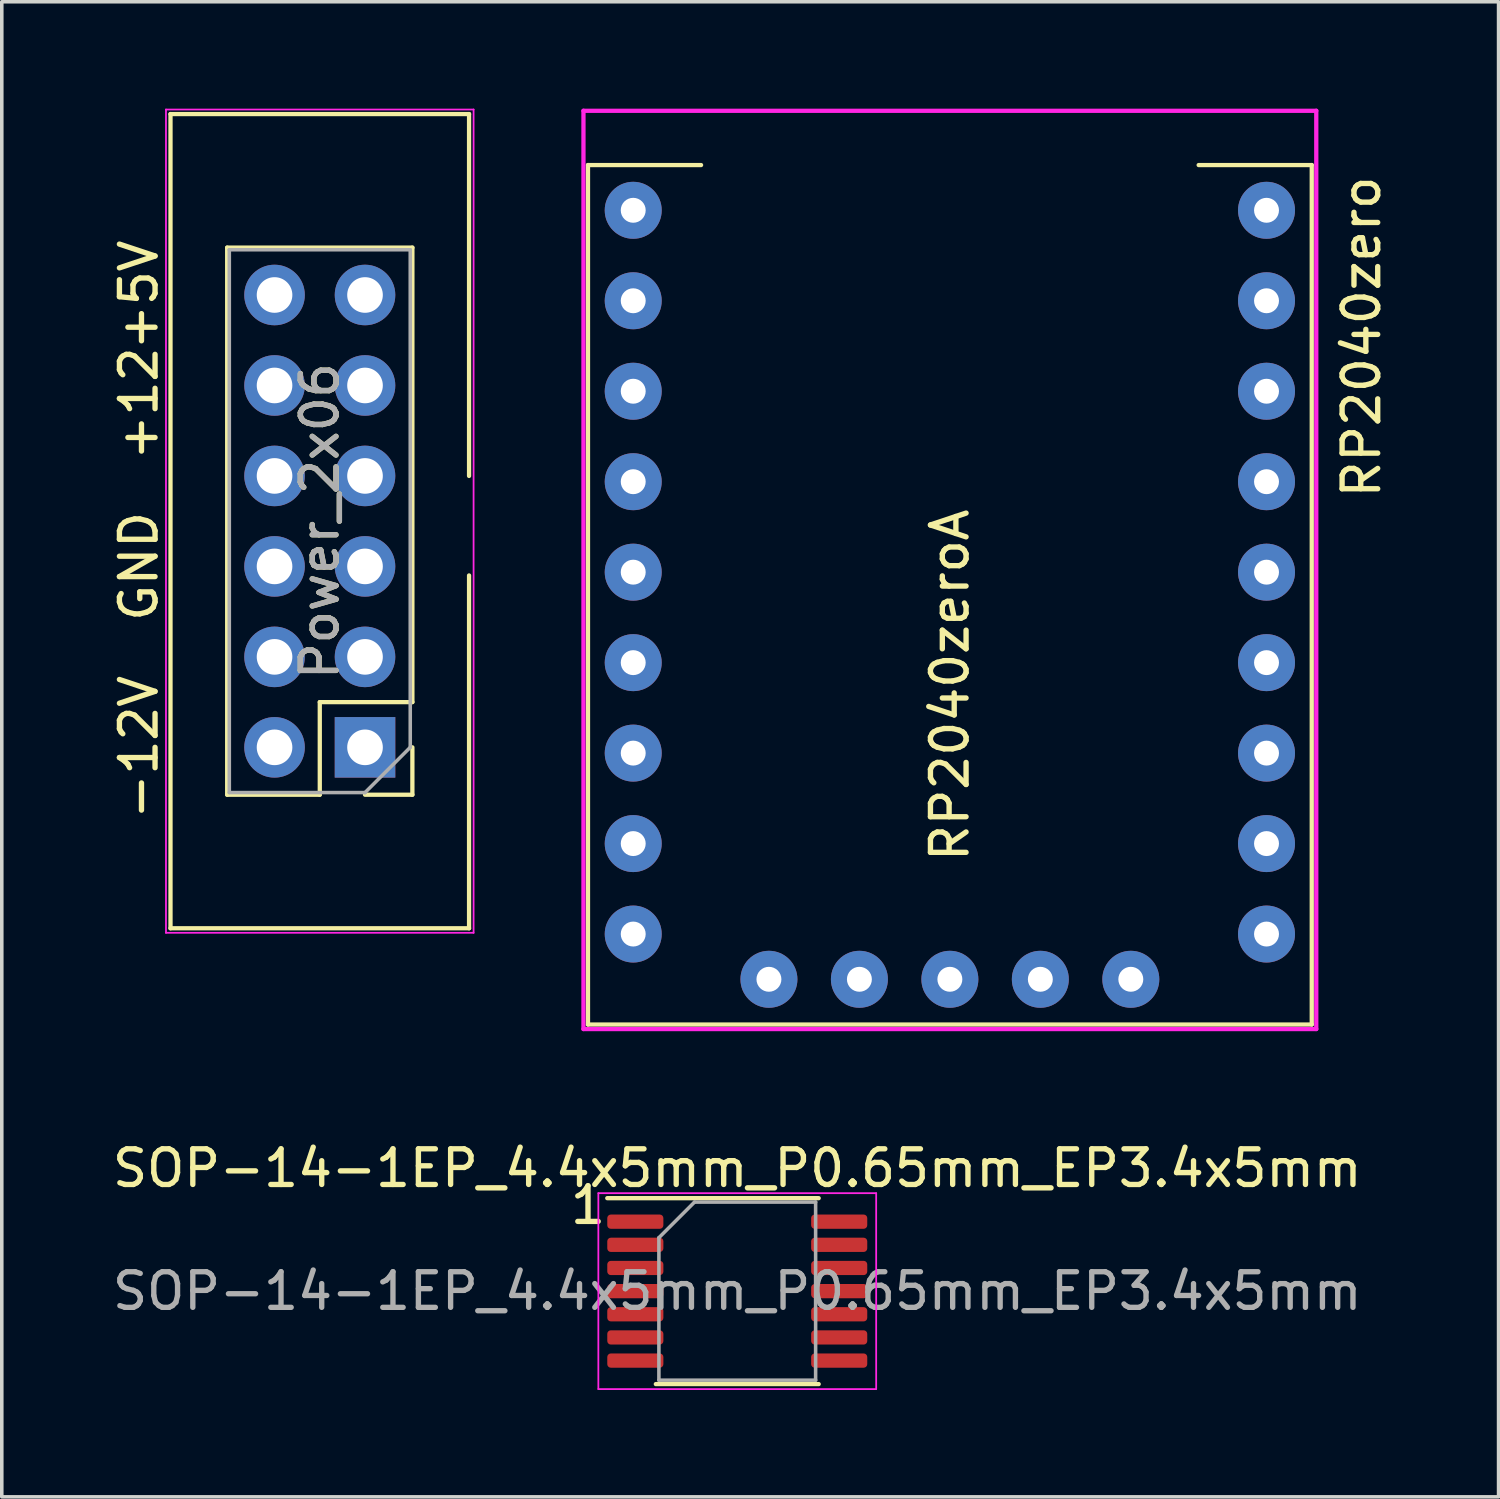
<source format=kicad_pcb>
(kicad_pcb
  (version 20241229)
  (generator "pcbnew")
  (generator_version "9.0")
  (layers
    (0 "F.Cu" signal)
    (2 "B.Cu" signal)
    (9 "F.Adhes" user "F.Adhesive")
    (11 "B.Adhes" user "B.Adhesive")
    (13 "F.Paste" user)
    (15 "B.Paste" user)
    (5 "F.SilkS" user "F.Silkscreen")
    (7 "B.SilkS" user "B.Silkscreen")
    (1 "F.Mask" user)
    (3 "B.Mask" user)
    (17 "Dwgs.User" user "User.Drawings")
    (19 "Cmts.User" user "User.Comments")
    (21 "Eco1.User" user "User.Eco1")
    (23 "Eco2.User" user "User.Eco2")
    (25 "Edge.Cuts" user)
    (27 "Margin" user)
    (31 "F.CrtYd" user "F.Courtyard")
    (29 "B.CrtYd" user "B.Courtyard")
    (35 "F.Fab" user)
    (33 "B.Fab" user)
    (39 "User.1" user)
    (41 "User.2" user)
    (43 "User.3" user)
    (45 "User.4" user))
  (footprint "SOP-14-1EP_4.4x5mm_P0.65mm_EP3.4x5mm"
    (layer "F.Cu")
    (at 17.649 33.199)
    (property "Reference" "SOP-14-1EP_4.4x5mm_P0.65mm_EP3.4x5mm" (at 0 -3.45 0) (layer "F.SilkS") (effects (font (size 1 1) (thickness 0.15))))
    (attr smd)
    (fp_line (start -2.286 2.61) (end 2.286 2.61) (stroke (width 0.12) (type solid)) (layer "F.SilkS"))
    (fp_line (start 2.286 -2.61) (end -3.65 -2.61) (stroke (width 0.12) (type solid)) (layer "F.SilkS"))
    (fp_line (start -3.9 -2.75) (end -3.9 2.75) (stroke (width 0.05) (type solid)) (layer "F.CrtYd"))
    (fp_line (start -3.9 2.75) (end 3.9 2.75) (stroke (width 0.05) (type solid)) (layer "F.CrtYd"))
    (fp_line (start 3.9 -2.75) (end -3.9 -2.75) (stroke (width 0.05) (type solid)) (layer "F.CrtYd"))
    (fp_line (start 3.9 2.75) (end 3.9 -2.75) (stroke (width 0.05) (type solid)) (layer "F.CrtYd"))
    (fp_line (start -2.2 -1.5) (end -1.2 -2.5) (stroke (width 0.1) (type solid)) (layer "F.Fab"))
    (fp_line (start -2.2 2.5) (end -2.2 -1.5) (stroke (width 0.1) (type solid)) (layer "F.Fab"))
    (fp_line (start -1.2 -2.5) (end 2.2 -2.5) (stroke (width 0.1) (type solid)) (layer "F.Fab"))
    (fp_line (start 2.2 -2.5) (end 2.2 2.5) (stroke (width 0.1) (type solid)) (layer "F.Fab"))
    (fp_line (start 2.2 2.5) (end -2.2 2.5) (stroke (width 0.1) (type solid)) (layer "F.Fab"))
    (fp_text user "1" (at -4.191 -2.413 0) (layer "F.SilkS") (effects (font (size 1 1) (thickness 0.15))))
    (fp_text user "${REFERENCE}" (at 0 0 0) (layer "F.Fab") (effects (font (size 1 1) (thickness 0.15))))
    (pad "1" smd roundrect (at -2.862 -1.95) (size 1.575 0.4) (layers "F.Cu" "F.Mask" "F.Paste") (roundrect_rratio 0.25))
    (pad "2" smd roundrect (at -2.862 -1.3) (size 1.575 0.4) (layers "F.Cu" "F.Mask" "F.Paste") (roundrect_rratio 0.25))
    (pad "3" smd roundrect (at -2.862 -0.65) (size 1.575 0.4) (layers "F.Cu" "F.Mask" "F.Paste") (roundrect_rratio 0.25))
    (pad "4" smd roundrect (at -2.862 0) (size 1.575 0.4) (layers "F.Cu" "F.Mask" "F.Paste") (roundrect_rratio 0.25))
    (pad "5" smd roundrect (at -2.862 0.65) (size 1.575 0.4) (layers "F.Cu" "F.Mask" "F.Paste") (roundrect_rratio 0.25))
    (pad "6" smd roundrect (at -2.862 1.3) (size 1.575 0.4) (layers "F.Cu" "F.Mask" "F.Paste") (roundrect_rratio 0.25))
    (pad "7" smd roundrect (at -2.862 1.95) (size 1.575 0.4) (layers "F.Cu" "F.Mask" "F.Paste") (roundrect_rratio 0.25))
    (pad "8" smd roundrect (at 2.862 1.95) (size 1.575 0.4) (layers "F.Cu" "F.Mask" "F.Paste") (roundrect_rratio 0.25))
    (pad "9" smd roundrect (at 2.862 1.3) (size 1.575 0.4) (layers "F.Cu" "F.Mask" "F.Paste") (roundrect_rratio 0.25))
    (pad "10" smd roundrect (at 2.862 0.65) (size 1.575 0.4) (layers "F.Cu" "F.Mask" "F.Paste") (roundrect_rratio 0.25))
    (pad "11" smd roundrect (at 2.862 0) (size 1.575 0.4) (layers "F.Cu" "F.Mask" "F.Paste") (roundrect_rratio 0.25))
    (pad "12" smd roundrect (at 2.862 -0.65) (size 1.575 0.4) (layers "F.Cu" "F.Mask" "F.Paste") (roundrect_rratio 0.25))
    (pad "13" smd roundrect (at 2.862 -1.3) (size 1.575 0.4) (layers "F.Cu" "F.Mask" "F.Paste") (roundrect_rratio 0.25))
    (pad "14" smd roundrect (at 2.862 -1.95) (size 1.575 0.4) (layers "F.Cu" "F.Mask" "F.Paste") (roundrect_rratio 0.25)))
  (footprint "Power_2x06"
    (layer "F.Cu")
    (at 4.658 5.232)
    (property "Reference" "Power_2x06" (at 1.27 6.35 90) (unlocked yes) (layer "F.SilkS") (effects (font (size 1 1) (thickness 0.15))))
    (attr through_hole)
    (fp_line (start -2.921 -5.08) (end -2.921 17.78) (stroke (width 0.12) (type solid)) (layer "F.SilkS"))
    (fp_line (start -2.921 -5.08) (end 5.461 -5.08) (stroke (width 0.12) (type solid)) (layer "F.SilkS"))
    (fp_line (start -2.921 17.78) (end 5.461 17.78) (stroke (width 0.12) (type solid)) (layer "F.SilkS"))
    (fp_line (start -1.33 14.03) (end -1.33 -1.33) (stroke (width 0.12) (type solid)) (layer "F.SilkS"))
    (fp_line (start 1.27 11.43) (end 1.27 14.03) (stroke (width 0.12) (type solid)) (layer "F.SilkS"))
    (fp_line (start 1.27 14.03) (end -1.33 14.03) (stroke (width 0.12) (type solid)) (layer "F.SilkS"))
    (fp_line (start 3.87 -1.33) (end -1.33 -1.33) (stroke (width 0.12) (type solid)) (layer "F.SilkS"))
    (fp_line (start 3.87 11.43) (end 1.27 11.43) (stroke (width 0.12) (type solid)) (layer "F.SilkS"))
    (fp_line (start 3.87 11.43) (end 3.87 -1.33) (stroke (width 0.12) (type solid)) (layer "F.SilkS"))
    (fp_line (start 3.87 12.7) (end 3.87 14.03) (stroke (width 0.12) (type solid)) (layer "F.SilkS"))
    (fp_line (start 3.87 14.03) (end 2.54 14.03) (stroke (width 0.12) (type solid)) (layer "F.SilkS"))
    (fp_line (start 5.461 -5.08) (end 5.461 5.08) (stroke (width 0.12) (type solid)) (layer "F.SilkS"))
    (fp_line (start 5.461 7.874) (end 5.461 17.78) (stroke (width 0.12) (type solid)) (layer "F.SilkS"))
    (fp_line (start -3.048 -5.207) (end -3.048 17.907) (stroke (width 0.05) (type solid)) (layer "F.CrtYd"))
    (fp_line (start -3.048 17.907) (end 5.588 17.907) (stroke (width 0.05) (type solid)) (layer "F.CrtYd"))
    (fp_line (start 5.588 -5.207) (end -3.048 -5.207) (stroke (width 0.05) (type solid)) (layer "F.CrtYd"))
    (fp_line (start 5.588 17.907) (end 5.588 -5.207) (stroke (width 0.05) (type solid)) (layer "F.CrtYd"))
    (fp_line (start -1.27 -1.27) (end 3.81 -1.27) (stroke (width 0.1) (type solid)) (layer "F.Fab"))
    (fp_line (start -1.27 13.97) (end -1.27 -1.27) (stroke (width 0.1) (type solid)) (layer "F.Fab"))
    (fp_line (start 2.54 13.97) (end -1.27 13.97) (stroke (width 0.1) (type solid)) (layer "F.Fab"))
    (fp_line (start 3.81 -1.27) (end 3.81 12.7) (stroke (width 0.1) (type solid)) (layer "F.Fab"))
    (fp_line (start 3.81 12.7) (end 2.54 13.97) (stroke (width 0.1) (type solid)) (layer "F.Fab"))
    (fp_text user "-12V" (at -3.81 12.7 90) (unlocked yes) (layer "F.SilkS") (effects (font (size 1 1) (thickness 0.15))))
    (fp_text user "+12" (at -3.81 3.048 90) (unlocked yes) (layer "F.SilkS") (effects (font (size 1 1) (thickness 0.15))))
    (fp_text user "+5V" (at -3.81 0 90) (unlocked yes) (layer "F.SilkS") (effects (font (size 1 1) (thickness 0.15))))
    (fp_text user "GND" (at -3.81 7.62 90) (unlocked yes) (layer "F.SilkS") (effects (font (size 1 1) (thickness 0.15))))
    (fp_text user "${REFERENCE}" (at 1.27 6.35 270) (layer "F.Fab") (effects (font (size 1 1) (thickness 0.15))))
    (pad "1" thru_hole rect (at 2.54 12.7 180) (size 1.7 1.7) (drill 1) (layers "*.Cu" "*.Mask"))
    (pad "2" thru_hole oval (at 0 12.7 180) (size 1.7 1.7) (drill 1) (layers "*.Cu" "*.Mask"))
    (pad "3" thru_hole oval (at 2.54 10.16 180) (size 1.7 1.7) (drill 1) (layers "*.Cu" "*.Mask"))
    (pad "4" thru_hole oval (at 0 10.16 180) (size 1.7 1.7) (drill 1) (layers "*.Cu" "*.Mask"))
    (pad "5" thru_hole oval (at 2.54 7.62 180) (size 1.7 1.7) (drill 1) (layers "*.Cu" "*.Mask"))
    (pad "6" thru_hole oval (at 0 7.62 180) (size 1.7 1.7) (drill 1) (layers "*.Cu" "*.Mask"))
    (pad "7" thru_hole oval (at 2.54 5.08 180) (size 1.7 1.7) (drill 1) (layers "*.Cu" "*.Mask"))
    (pad "8" thru_hole oval (at 0 5.08 180) (size 1.7 1.7) (drill 1) (layers "*.Cu" "*.Mask"))
    (pad "9" thru_hole oval (at 2.54 2.54 180) (size 1.7 1.7) (drill 1) (layers "*.Cu" "*.Mask"))
    (pad "10" thru_hole oval (at 0 2.54 180) (size 1.7 1.7) (drill 1) (layers "*.Cu" "*.Mask"))
    (pad "11" thru_hole oval (at 2.54 0 180) (size 1.7 1.7) (drill 1) (layers "*.Cu" "*.Mask"))
    (pad "12" thru_hole oval (at 0 0 180) (size 1.7 1.7) (drill 1) (layers "*.Cu" "*.Mask")))
  (footprint "RP2040zeroA"
    (layer "F.Cu")
    (at 32.508 2.854)
    (property "Reference" "RP2040zeroA" (at -8.89 13.335 90) (layer "F.SilkS") (effects (font (size 1 1) (thickness 0.15))))
    (attr through_hole)
    (fp_line (start -19.05 -1.27) (end -15.875 -1.27) (stroke (width 0.12) (type solid)) (layer "F.SilkS"))
    (fp_line (start -19.05 22.86) (end -19.05 -1.27) (stroke (width 0.12) (type solid)) (layer "F.SilkS"))
    (fp_line (start -1.905 -1.27) (end 1.27 -1.27) (stroke (width 0.12) (type solid)) (layer "F.SilkS"))
    (fp_line (start 1.27 -1.27) (end 1.27 22.86) (stroke (width 0.12) (type solid)) (layer "F.SilkS"))
    (fp_line (start 1.27 22.86) (end -19.05 22.86) (stroke (width 0.12) (type solid)) (layer "F.SilkS"))
    (fp_line (start -19.177 -2.794) (end 1.397 -2.794) (stroke (width 0.12) (type solid)) (layer "F.CrtYd"))
    (fp_line (start -19.177 22.987) (end -19.177 -2.794) (stroke (width 0.12) (type solid)) (layer "F.CrtYd"))
    (fp_line (start 1.397 -2.794) (end 1.397 22.987) (stroke (width 0.12) (type solid)) (layer "F.CrtYd"))
    (fp_line (start 1.397 22.987) (end -19.177 22.987) (stroke (width 0.12) (type solid)) (layer "F.CrtYd"))
    (fp_text user "RP2040zero" (at 2.667 3.556 90) (layer "F.SilkS") (effects (font (size 1 1) (thickness 0.15))))
    (pad "0" thru_hole circle (at 0 0) (size 1.6 1.6) (drill 0.7) (layers "*.Cu" "*.Mask"))
    (pad "1" thru_hole circle (at 0 2.54) (size 1.6 1.6) (drill 0.7) (layers "*.Cu" "*.Mask"))
    (pad "2" thru_hole circle (at 0 5.08) (size 1.6 1.6) (drill 0.7) (layers "*.Cu" "*.Mask"))
    (pad "3" thru_hole circle (at 0 7.62) (size 1.6 1.6) (drill 0.7) (layers "*.Cu" "*.Mask"))
    (pad "4" thru_hole circle (at 0 10.16) (size 1.6 1.6) (drill 0.7) (layers "*.Cu" "*.Mask"))
    (pad "5" thru_hole circle (at 0 12.7) (size 1.6 1.6) (drill 0.7) (layers "*.Cu" "*.Mask"))
    (pad "6" thru_hole circle (at 0 15.24) (size 1.6 1.6) (drill 0.7) (layers "*.Cu" "*.Mask"))
    (pad "7" thru_hole circle (at 0 17.78) (size 1.6 1.6) (drill 0.7) (layers "*.Cu" "*.Mask"))
    (pad "8" thru_hole circle (at 0 20.32) (size 1.6 1.6) (drill 0.7) (layers "*.Cu" "*.Mask"))
    (pad "9" thru_hole circle (at -3.81 21.59) (size 1.6 1.6) (drill 0.7) (layers "*.Cu" "*.Mask"))
    (pad "10" thru_hole circle (at -6.35 21.59) (size 1.6 1.6) (drill 0.7) (layers "*.Cu" "*.Mask"))
    (pad "11" thru_hole circle (at -8.89 21.59) (size 1.6 1.6) (drill 0.7) (layers "*.Cu" "*.Mask"))
    (pad "12" thru_hole circle (at -11.43 21.59) (size 1.6 1.6) (drill 0.7) (layers "*.Cu" "*.Mask"))
    (pad "13" thru_hole circle (at -13.97 21.59) (size 1.6 1.6) (drill 0.7) (layers "*.Cu" "*.Mask"))
    (pad "14" thru_hole circle (at -17.78 20.32) (size 1.6 1.6) (drill 0.7) (layers "*.Cu" "*.Mask"))
    (pad "15" thru_hole circle (at -17.78 17.78) (size 1.6 1.6) (drill 0.7) (layers "*.Cu" "*.Mask"))
    (pad "26" thru_hole circle (at -17.78 15.24) (size 1.6 1.6) (drill 0.7) (layers "*.Cu" "*.Mask"))
    (pad "27" thru_hole circle (at -17.78 12.7) (size 1.6 1.6) (drill 0.7) (layers "*.Cu" "*.Mask"))
    (pad "28" thru_hole circle (at -17.78 10.16) (size 1.6 1.6) (drill 0.7) (layers "*.Cu" "*.Mask"))
    (pad "29" thru_hole circle (at -17.78 7.62) (size 1.6 1.6) (drill 0.7) (layers "*.Cu" "*.Mask"))
    (pad "30" thru_hole circle (at -17.78 5.08) (size 1.6 1.6) (drill 0.7) (layers "*.Cu" "*.Mask"))
    (pad "31" thru_hole circle (at -17.78 2.54) (size 1.6 1.6) (drill 0.7) (layers "*.Cu" "*.Mask"))
    (pad "32" thru_hole circle (at -17.78 0) (size 1.6 1.6) (drill 0.7) (layers "*.Cu" "*.Mask")))
  (gr_rect
    (start -3 -3)
    (end 39.023 38.974)
    (stroke (width 0.1) (type default))
    (fill no)
    (layer "Edge.Cuts")))
</source>
